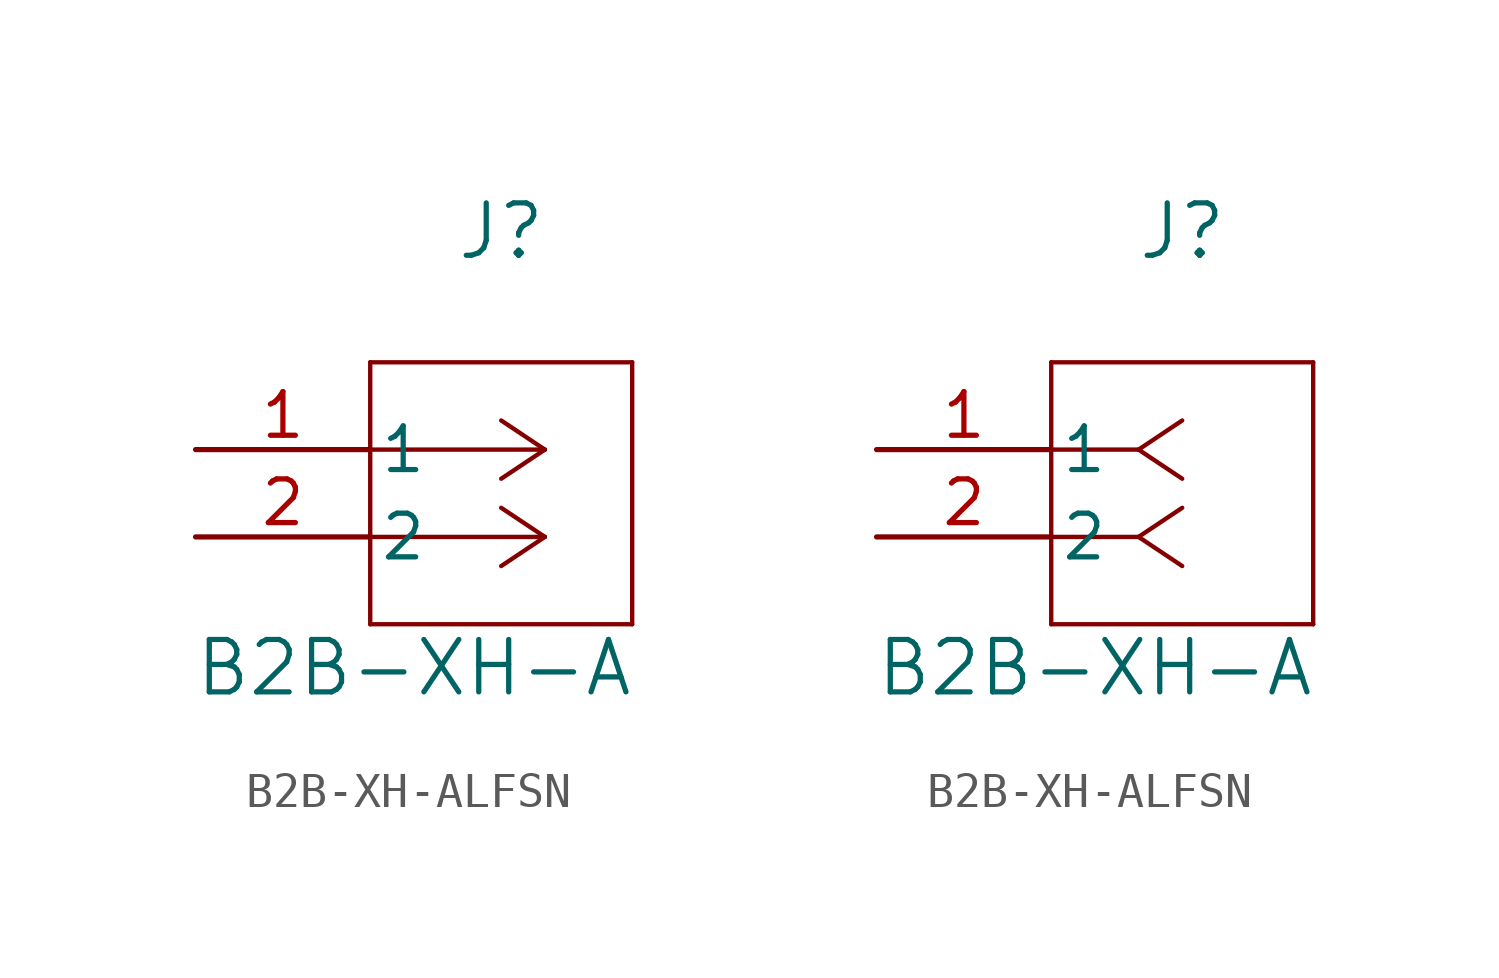
<source format=kicad_sym>
(kicad_symbol_lib
  (version 20220914)
  (generator kicad_symbol_editor)
  (symbol "B2B-XH-ALFSN"
    (pin_names
      (offset 0.254))
    (property "Reference" "J"
      (at 8.89 6.35 0)
      (effects (font (size 1.524 1.524))))
    (property "Value" "B2B-XH-A"
      (at 6.35 -6.35 0)
      (effects (font (size 1.524 1.524))))
    (symbol "B2B-XH-ALFSN_1_1"
      (polyline (pts (xy 5.08 -5.08) (xy 12.7 -5.08)) (stroke (width 0.127) (type default)) (fill (type none)))
      (polyline (pts (xy 5.08 2.54) (xy 5.08 -5.08)) (stroke (width 0.127) (type default)) (fill (type none)))
      (polyline (pts (xy 10.16 -2.54) (xy 5.08 -2.54)) (stroke (width 0.127) (type default)) (fill (type none)))
      (polyline (pts (xy 10.16 -2.54) (xy 8.89 -3.387)) (stroke (width 0.127) (type default)) (fill (type none)))
      (polyline (pts (xy 10.16 -2.54) (xy 8.89 -1.693)) (stroke (width 0.127) (type default)) (fill (type none)))
      (polyline (pts (xy 10.16 0) (xy 5.08 0)) (stroke (width 0.127) (type default)) (fill (type none)))
      (polyline (pts (xy 10.16 0) (xy 8.89 -0.847)) (stroke (width 0.127) (type default)) (fill (type none)))
      (polyline (pts (xy 10.16 0) (xy 8.89 0.847)) (stroke (width 0.127) (type default)) (fill (type none)))
      (polyline (pts (xy 12.7 -5.08) (xy 12.7 2.54)) (stroke (width 0.127) (type default)) (fill (type none)))
      (polyline (pts (xy 12.7 2.54) (xy 5.08 2.54)) (stroke (width 0.127) (type default)) (fill (type none)))
      (pin unspecified line (at 0 0 0) (length 5.08) (name "1" (effects (font (size 1.27 1.27)))) (number "1" (effects (font (size 1.27 1.27)))))
      (pin unspecified line (at 0 -2.54 0) (length 5.08) (name "2" (effects (font (size 1.27 1.27)))) (number "2" (effects (font (size 1.27 1.27))))))
    (symbol "B2B-XH-ALFSN_1_2"
      (polyline (pts (xy 5.08 -5.08) (xy 12.7 -5.08)) (stroke (width 0.127) (type default)) (fill (type none)))
      (polyline (pts (xy 5.08 2.54) (xy 5.08 -5.08)) (stroke (width 0.127) (type default)) (fill (type none)))
      (polyline (pts (xy 7.62 -2.54) (xy 5.08 -2.54)) (stroke (width 0.127) (type default)) (fill (type none)))
      (polyline (pts (xy 7.62 -2.54) (xy 8.89 -3.387)) (stroke (width 0.127) (type default)) (fill (type none)))
      (polyline (pts (xy 7.62 -2.54) (xy 8.89 -1.693)) (stroke (width 0.127) (type default)) (fill (type none)))
      (polyline (pts (xy 7.62 0) (xy 5.08 0)) (stroke (width 0.127) (type default)) (fill (type none)))
      (polyline (pts (xy 7.62 0) (xy 8.89 -0.847)) (stroke (width 0.127) (type default)) (fill (type none)))
      (polyline (pts (xy 7.62 0) (xy 8.89 0.847)) (stroke (width 0.127) (type default)) (fill (type none)))
      (polyline (pts (xy 12.7 -5.08) (xy 12.7 2.54)) (stroke (width 0.127) (type default)) (fill (type none)))
      (polyline (pts (xy 12.7 2.54) (xy 5.08 2.54)) (stroke (width 0.127) (type default)) (fill (type none)))
      (pin unspecified line (at 0 0 0) (length 5.08) (name "1" (effects (font (size 1.27 1.27)))) (number "1" (effects (font (size 1.27 1.27)))))
      (pin unspecified line (at 0 -2.54 0) (length 5.08) (name "2" (effects (font (size 1.27 1.27)))) (number "2" (effects (font (size 1.27 1.27))))))))
</source>
